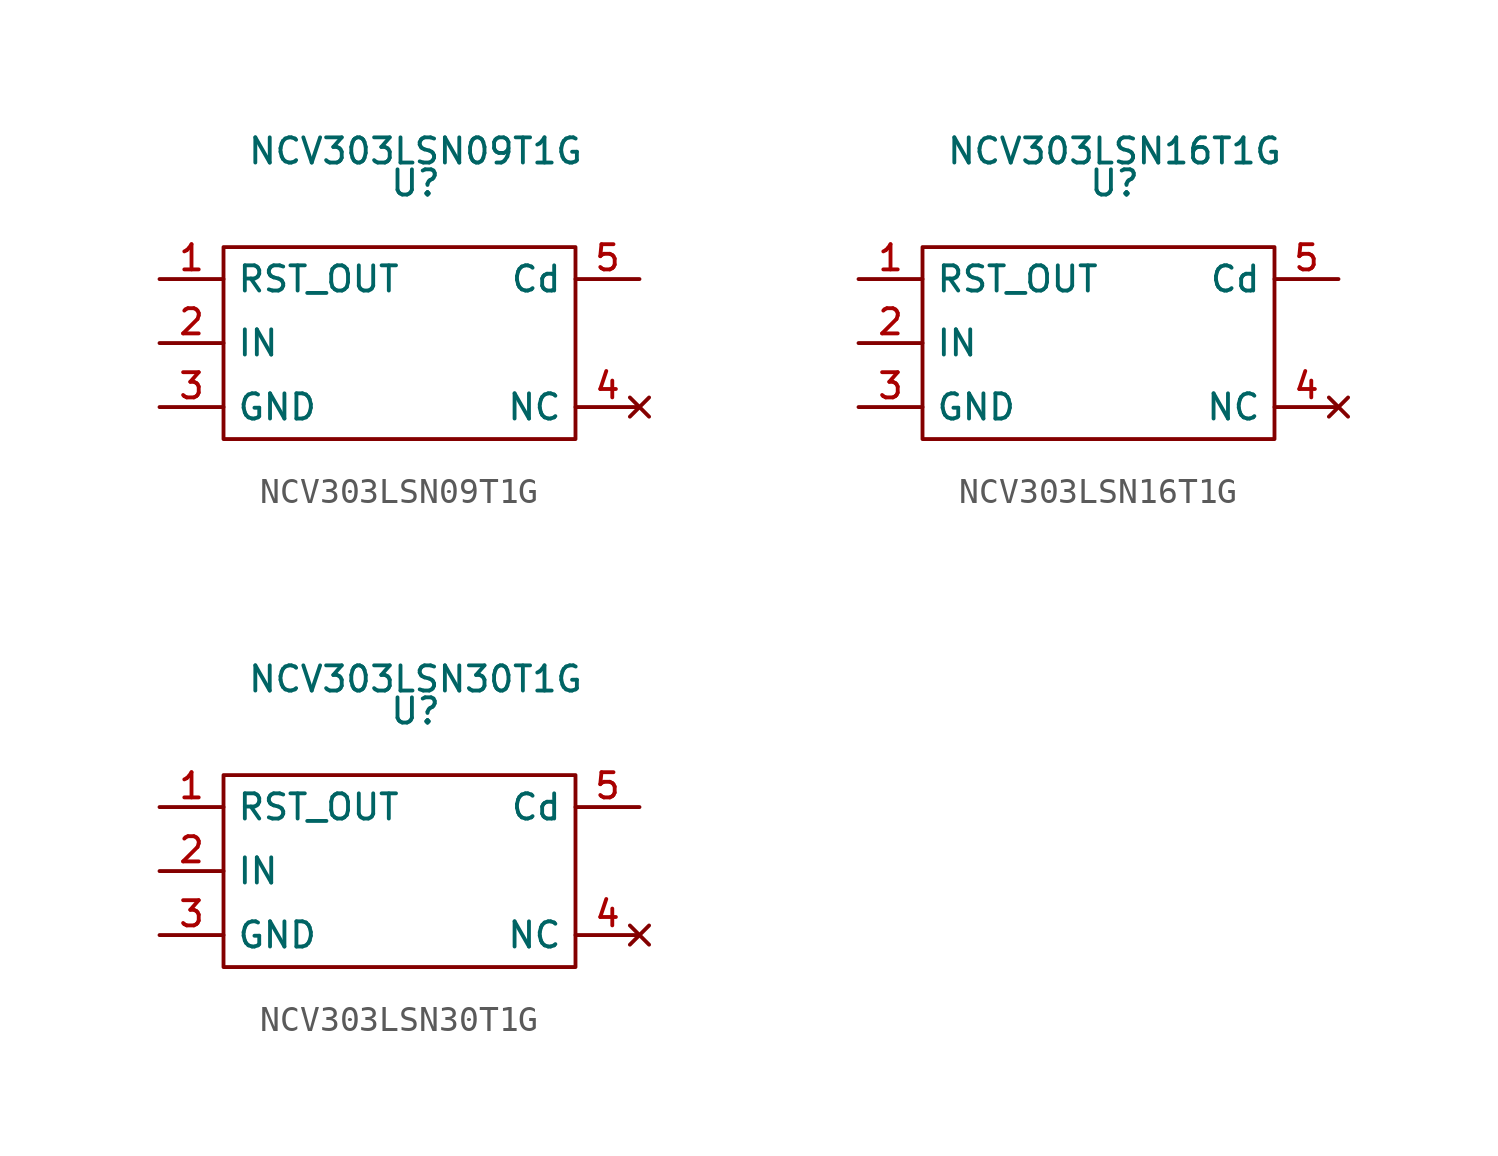
<source format=kicad_sym>
(kicad_symbol_lib
  (version 20220914)
  (generator kicad_symbol_editor)
  (symbol "NCV303LSN09T1G"
    (property "Reference" "U"
      (at 0 6.35 0)
      (effects (font (size 1 1))))
    (property "Value" "NCV303LSN09T1G"
      (at 0 7.62 0)
      (effects (font (size 1 1))))
    (symbol "NCV303LSN09T1G_0_1"
      (rectangle (start -7.62 3.81) (end 6.35 -3.81) (stroke (width 0) (type default)) (fill (type none))))
    (symbol "NCV303LSN09T1G_1_1"
      (pin output line (at -10.16 2.54 0) (length 2.54) (name "RST_OUT" (effects (font (size 1 1)))) (number "1" (effects (font (size 1 1)))))
      (pin input line (at -10.16 0 0) (length 2.54) (name "IN" (effects (font (size 1 1)))) (number "2" (effects (font (size 1 1)))))
      (pin power_in line (at -10.16 -2.54 0) (length 2.54) (name "GND" (effects (font (size 1 1)))) (number "3" (effects (font (size 1 1)))))
      (pin no_connect line (at 8.89 -2.54 180) (length 2.54) (name "NC" (effects (font (size 1 1)))) (number "4" (effects (font (size 1 1)))))
      (pin bidirectional line (at 8.89 2.54 180) (length 2.54) (name "Cd" (effects (font (size 1 1)))) (number "5" (effects (font (size 1 1)))))))
  (symbol "NCV303LSN16T1G"
    (property "Reference" "U"
      (at 0 6.35 0)
      (effects (font (size 1 1))))
    (property "Value" "NCV303LSN16T1G"
      (at 0 7.62 0)
      (effects (font (size 1 1))))
    (symbol "NCV303LSN16T1G_0_1"
      (rectangle (start -7.62 3.81) (end 6.35 -3.81) (stroke (width 0) (type default)) (fill (type none))))
    (symbol "NCV303LSN16T1G_1_1"
      (pin output line (at -10.16 2.54 0) (length 2.54) (name "RST_OUT" (effects (font (size 1 1)))) (number "1" (effects (font (size 1 1)))))
      (pin input line (at -10.16 0 0) (length 2.54) (name "IN" (effects (font (size 1 1)))) (number "2" (effects (font (size 1 1)))))
      (pin power_in line (at -10.16 -2.54 0) (length 2.54) (name "GND" (effects (font (size 1 1)))) (number "3" (effects (font (size 1 1)))))
      (pin no_connect line (at 8.89 -2.54 180) (length 2.54) (name "NC" (effects (font (size 1 1)))) (number "4" (effects (font (size 1 1)))))
      (pin bidirectional line (at 8.89 2.54 180) (length 2.54) (name "Cd" (effects (font (size 1 1)))) (number "5" (effects (font (size 1 1)))))))
  (symbol "NCV303LSN30T1G"
    (property "Reference" "U"
      (at 0 6.35 0)
      (effects (font (size 1 1))))
    (property "Value" "NCV303LSN30T1G"
      (at 0 7.62 0)
      (effects (font (size 1 1))))
    (symbol "NCV303LSN30T1G_0_1"
      (rectangle (start -7.62 3.81) (end 6.35 -3.81) (stroke (width 0) (type default)) (fill (type none))))
    (symbol "NCV303LSN30T1G_1_1"
      (pin output line (at -10.16 2.54 0) (length 2.54) (name "RST_OUT" (effects (font (size 1 1)))) (number "1" (effects (font (size 1 1)))))
      (pin input line (at -10.16 0 0) (length 2.54) (name "IN" (effects (font (size 1 1)))) (number "2" (effects (font (size 1 1)))))
      (pin power_in line (at -10.16 -2.54 0) (length 2.54) (name "GND" (effects (font (size 1 1)))) (number "3" (effects (font (size 1 1)))))
      (pin no_connect line (at 8.89 -2.54 180) (length 2.54) (name "NC" (effects (font (size 1 1)))) (number "4" (effects (font (size 1 1)))))
      (pin bidirectional line (at 8.89 2.54 180) (length 2.54) (name "Cd" (effects (font (size 1 1)))) (number "5" (effects (font (size 1 1))))))))
</source>
